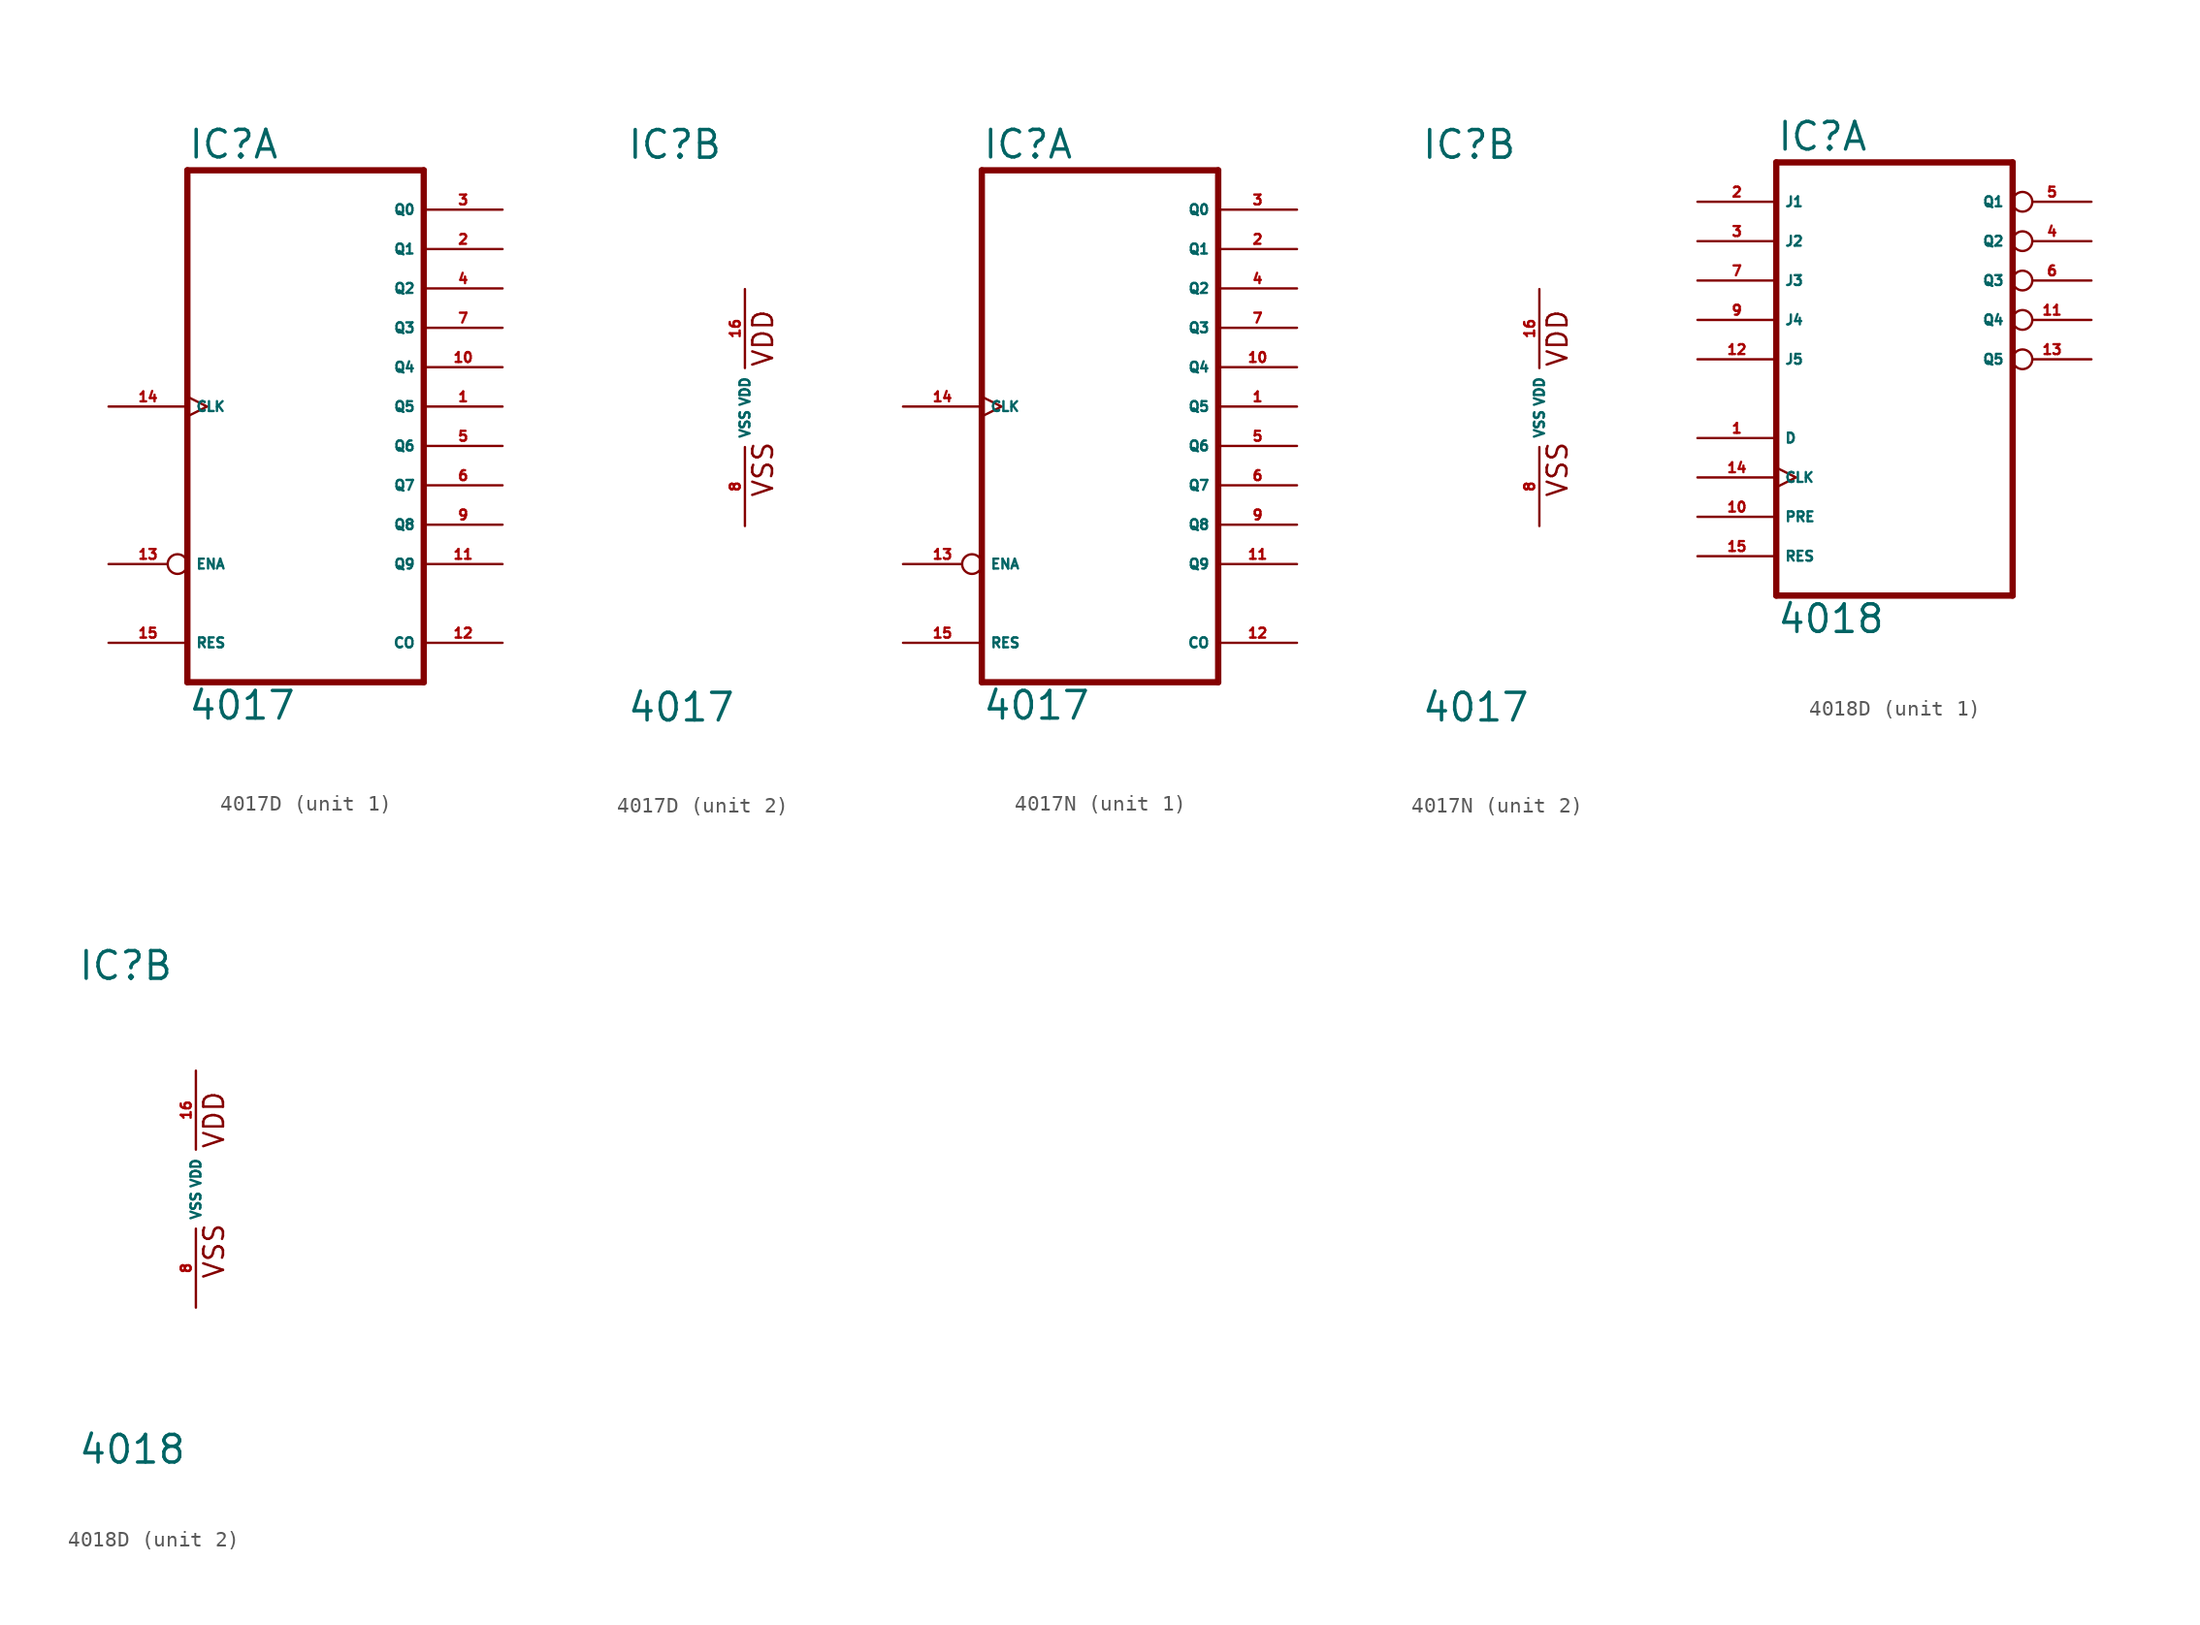
<source format=kicad_sym>
(kicad_symbol_lib
  (version 20220914)
  (generator Eagle2Kicad)
  (symbol "4017D"
    (property "Reference" "IC"
      (at -7.62 15.875 0)
      (effects (font (size 1.778 1.778) (thickness 0.22)) (justify left bottom)))
    (property "Value" "4017"
      (at -7.62 -20.32 0)
      (effects (font (size 1.778 1.778) (thickness 0.22)) (justify left bottom)))
    (symbol "4017D_1_0"
      (polyline (pts (xy -7.62 -17.78) (xy 7.62 -17.78)) (stroke (width 0.406) (type default)) (fill (type none)))
      (polyline (pts (xy 7.62 -17.78) (xy 7.62 15.24)) (stroke (width 0.406) (type default)) (fill (type none)))
      (polyline (pts (xy 7.62 15.24) (xy -7.62 15.24)) (stroke (width 0.406) (type default)) (fill (type none)))
      (polyline (pts (xy -7.62 15.24) (xy -7.62 -17.78)) (stroke (width 0.406) (type default)) (fill (type none)))
      (pin output line (at 12.7 0 180) (length 5.08) (name "Q5" (effects (font (size 0.635 0.635) (thickness 0.08)) (justify left bottom))) (number "1" (effects (font (size 0.635 0.635) (thickness 0.08)) (justify left bottom))))
      (pin output line (at 12.7 10.16 180) (length 5.08) (name "Q1" (effects (font (size 0.635 0.635) (thickness 0.08)) (justify left bottom))) (number "2" (effects (font (size 0.635 0.635) (thickness 0.08)) (justify left bottom))))
      (pin output line (at 12.7 12.7 180) (length 5.08) (name "Q0" (effects (font (size 0.635 0.635) (thickness 0.08)) (justify left bottom))) (number "3" (effects (font (size 0.635 0.635) (thickness 0.08)) (justify left bottom))))
      (pin output line (at 12.7 7.62 180) (length 5.08) (name "Q2" (effects (font (size 0.635 0.635) (thickness 0.08)) (justify left bottom))) (number "4" (effects (font (size 0.635 0.635) (thickness 0.08)) (justify left bottom))))
      (pin output line (at 12.7 -2.54 180) (length 5.08) (name "Q6" (effects (font (size 0.635 0.635) (thickness 0.08)) (justify left bottom))) (number "5" (effects (font (size 0.635 0.635) (thickness 0.08)) (justify left bottom))))
      (pin output line (at 12.7 -5.08 180) (length 5.08) (name "Q7" (effects (font (size 0.635 0.635) (thickness 0.08)) (justify left bottom))) (number "6" (effects (font (size 0.635 0.635) (thickness 0.08)) (justify left bottom))))
      (pin output line (at 12.7 5.08 180) (length 5.08) (name "Q3" (effects (font (size 0.635 0.635) (thickness 0.08)) (justify left bottom))) (number "7" (effects (font (size 0.635 0.635) (thickness 0.08)) (justify left bottom))))
      (pin output line (at 12.7 -7.62 180) (length 5.08) (name "Q8" (effects (font (size 0.635 0.635) (thickness 0.08)) (justify left bottom))) (number "9" (effects (font (size 0.635 0.635) (thickness 0.08)) (justify left bottom))))
      (pin output line (at 12.7 2.54 180) (length 5.08) (name "Q4" (effects (font (size 0.635 0.635) (thickness 0.08)) (justify left bottom))) (number "10" (effects (font (size 0.635 0.635) (thickness 0.08)) (justify left bottom))))
      (pin output line (at 12.7 -10.16 180) (length 5.08) (name "Q9" (effects (font (size 0.635 0.635) (thickness 0.08)) (justify left bottom))) (number "11" (effects (font (size 0.635 0.635) (thickness 0.08)) (justify left bottom))))
      (pin output line (at 12.7 -15.24 180) (length 5.08) (name "CO" (effects (font (size 0.635 0.635) (thickness 0.08)) (justify left bottom))) (number "12" (effects (font (size 0.635 0.635) (thickness 0.08)) (justify left bottom))))
      (pin input inverted (at -12.7 -10.16 0) (length 5.08) (name "ENA" (effects (font (size 0.635 0.635) (thickness 0.08)) (justify left bottom))) (number "13" (effects (font (size 0.635 0.635) (thickness 0.08)) (justify left bottom))))
      (pin input clock (at -12.7 0 0) (length 5.08) (name "CLK" (effects (font (size 0.635 0.635) (thickness 0.08)) (justify left bottom))) (number "14" (effects (font (size 0.635 0.635) (thickness 0.08)) (justify left bottom))))
      (pin input line (at -12.7 -15.24 0) (length 5.08) (name "RES" (effects (font (size 0.635 0.635) (thickness 0.08)) (justify left bottom))) (number "15" (effects (font (size 0.635 0.635) (thickness 0.08)) (justify left bottom)))))
    (symbol "4017D_2_0"
      (text "VDD" (at 1.905 2.54 900) (effects (font (size 1.27 1.27) (thickness 0.16)) (justify left bottom)))
      (text "VSS" (at 1.905 -5.842 900) (effects (font (size 1.27 1.27) (thickness 0.16)) (justify left bottom)))
      (pin unspecified line (at 0 -7.62 90) (length 5.08) (name "VSS" (effects (font (size 0.635 0.635) (thickness 0.08)) (justify left bottom))) (number "8" (effects (font (size 0.635 0.635) (thickness 0.08)) (justify left bottom))))
      (pin unspecified line (at 0 7.62 270) (length 5.08) (name "VDD" (effects (font (size 0.635 0.635) (thickness 0.08)) (justify left bottom))) (number "16" (effects (font (size 0.635 0.635) (thickness 0.08)) (justify left bottom))))))
  (symbol "4017N"
    (property "Reference" "IC"
      (at -7.62 15.875 0)
      (effects (font (size 1.778 1.778) (thickness 0.22)) (justify left bottom)))
    (property "Value" "4017"
      (at -7.62 -20.32 0)
      (effects (font (size 1.778 1.778) (thickness 0.22)) (justify left bottom)))
    (symbol "4017N_1_0"
      (polyline (pts (xy -7.62 -17.78) (xy 7.62 -17.78)) (stroke (width 0.406) (type default)) (fill (type none)))
      (polyline (pts (xy 7.62 -17.78) (xy 7.62 15.24)) (stroke (width 0.406) (type default)) (fill (type none)))
      (polyline (pts (xy 7.62 15.24) (xy -7.62 15.24)) (stroke (width 0.406) (type default)) (fill (type none)))
      (polyline (pts (xy -7.62 15.24) (xy -7.62 -17.78)) (stroke (width 0.406) (type default)) (fill (type none)))
      (pin output line (at 12.7 0 180) (length 5.08) (name "Q5" (effects (font (size 0.635 0.635) (thickness 0.08)) (justify left bottom))) (number "1" (effects (font (size 0.635 0.635) (thickness 0.08)) (justify left bottom))))
      (pin output line (at 12.7 10.16 180) (length 5.08) (name "Q1" (effects (font (size 0.635 0.635) (thickness 0.08)) (justify left bottom))) (number "2" (effects (font (size 0.635 0.635) (thickness 0.08)) (justify left bottom))))
      (pin output line (at 12.7 12.7 180) (length 5.08) (name "Q0" (effects (font (size 0.635 0.635) (thickness 0.08)) (justify left bottom))) (number "3" (effects (font (size 0.635 0.635) (thickness 0.08)) (justify left bottom))))
      (pin output line (at 12.7 7.62 180) (length 5.08) (name "Q2" (effects (font (size 0.635 0.635) (thickness 0.08)) (justify left bottom))) (number "4" (effects (font (size 0.635 0.635) (thickness 0.08)) (justify left bottom))))
      (pin output line (at 12.7 -2.54 180) (length 5.08) (name "Q6" (effects (font (size 0.635 0.635) (thickness 0.08)) (justify left bottom))) (number "5" (effects (font (size 0.635 0.635) (thickness 0.08)) (justify left bottom))))
      (pin output line (at 12.7 -5.08 180) (length 5.08) (name "Q7" (effects (font (size 0.635 0.635) (thickness 0.08)) (justify left bottom))) (number "6" (effects (font (size 0.635 0.635) (thickness 0.08)) (justify left bottom))))
      (pin output line (at 12.7 5.08 180) (length 5.08) (name "Q3" (effects (font (size 0.635 0.635) (thickness 0.08)) (justify left bottom))) (number "7" (effects (font (size 0.635 0.635) (thickness 0.08)) (justify left bottom))))
      (pin output line (at 12.7 -7.62 180) (length 5.08) (name "Q8" (effects (font (size 0.635 0.635) (thickness 0.08)) (justify left bottom))) (number "9" (effects (font (size 0.635 0.635) (thickness 0.08)) (justify left bottom))))
      (pin output line (at 12.7 2.54 180) (length 5.08) (name "Q4" (effects (font (size 0.635 0.635) (thickness 0.08)) (justify left bottom))) (number "10" (effects (font (size 0.635 0.635) (thickness 0.08)) (justify left bottom))))
      (pin output line (at 12.7 -10.16 180) (length 5.08) (name "Q9" (effects (font (size 0.635 0.635) (thickness 0.08)) (justify left bottom))) (number "11" (effects (font (size 0.635 0.635) (thickness 0.08)) (justify left bottom))))
      (pin output line (at 12.7 -15.24 180) (length 5.08) (name "CO" (effects (font (size 0.635 0.635) (thickness 0.08)) (justify left bottom))) (number "12" (effects (font (size 0.635 0.635) (thickness 0.08)) (justify left bottom))))
      (pin input inverted (at -12.7 -10.16 0) (length 5.08) (name "ENA" (effects (font (size 0.635 0.635) (thickness 0.08)) (justify left bottom))) (number "13" (effects (font (size 0.635 0.635) (thickness 0.08)) (justify left bottom))))
      (pin input clock (at -12.7 0 0) (length 5.08) (name "CLK" (effects (font (size 0.635 0.635) (thickness 0.08)) (justify left bottom))) (number "14" (effects (font (size 0.635 0.635) (thickness 0.08)) (justify left bottom))))
      (pin input line (at -12.7 -15.24 0) (length 5.08) (name "RES" (effects (font (size 0.635 0.635) (thickness 0.08)) (justify left bottom))) (number "15" (effects (font (size 0.635 0.635) (thickness 0.08)) (justify left bottom)))))
    (symbol "4017N_2_0"
      (text "VDD" (at 1.905 2.54 900) (effects (font (size 1.27 1.27) (thickness 0.16)) (justify left bottom)))
      (text "VSS" (at 1.905 -5.842 900) (effects (font (size 1.27 1.27) (thickness 0.16)) (justify left bottom)))
      (pin unspecified line (at 0 -7.62 90) (length 5.08) (name "VSS" (effects (font (size 0.635 0.635) (thickness 0.08)) (justify left bottom))) (number "8" (effects (font (size 0.635 0.635) (thickness 0.08)) (justify left bottom))))
      (pin unspecified line (at 0 7.62 270) (length 5.08) (name "VDD" (effects (font (size 0.635 0.635) (thickness 0.08)) (justify left bottom))) (number "16" (effects (font (size 0.635 0.635) (thickness 0.08)) (justify left bottom))))))
  (symbol "4018D"
    (property "Reference" "IC"
      (at -7.62 13.335 0)
      (effects (font (size 1.778 1.778) (thickness 0.22)) (justify left bottom)))
    (property "Value" "4018"
      (at -7.62 -17.78 0)
      (effects (font (size 1.778 1.778) (thickness 0.22)) (justify left bottom)))
    (symbol "4018D_1_0"
      (polyline (pts (xy -7.62 -15.24) (xy 7.62 -15.24)) (stroke (width 0.406) (type default)) (fill (type none)))
      (polyline (pts (xy 7.62 -15.24) (xy 7.62 12.7)) (stroke (width 0.406) (type default)) (fill (type none)))
      (polyline (pts (xy 7.62 12.7) (xy -7.62 12.7)) (stroke (width 0.406) (type default)) (fill (type none)))
      (polyline (pts (xy -7.62 12.7) (xy -7.62 -15.24)) (stroke (width 0.406) (type default)) (fill (type none)))
      (pin input line (at -12.7 -5.08 0) (length 5.08) (name "D" (effects (font (size 0.635 0.635) (thickness 0.08)) (justify left bottom))) (number "1" (effects (font (size 0.635 0.635) (thickness 0.08)) (justify left bottom))))
      (pin input line (at -12.7 10.16 0) (length 5.08) (name "J1" (effects (font (size 0.635 0.635) (thickness 0.08)) (justify left bottom))) (number "2" (effects (font (size 0.635 0.635) (thickness 0.08)) (justify left bottom))))
      (pin input line (at -12.7 7.62 0) (length 5.08) (name "J2" (effects (font (size 0.635 0.635) (thickness 0.08)) (justify left bottom))) (number "3" (effects (font (size 0.635 0.635) (thickness 0.08)) (justify left bottom))))
      (pin output inverted (at 12.7 7.62 180) (length 5.08) (name "Q2" (effects (font (size 0.635 0.635) (thickness 0.08)) (justify left bottom))) (number "4" (effects (font (size 0.635 0.635) (thickness 0.08)) (justify left bottom))))
      (pin output inverted (at 12.7 10.16 180) (length 5.08) (name "Q1" (effects (font (size 0.635 0.635) (thickness 0.08)) (justify left bottom))) (number "5" (effects (font (size 0.635 0.635) (thickness 0.08)) (justify left bottom))))
      (pin output inverted (at 12.7 5.08 180) (length 5.08) (name "Q3" (effects (font (size 0.635 0.635) (thickness 0.08)) (justify left bottom))) (number "6" (effects (font (size 0.635 0.635) (thickness 0.08)) (justify left bottom))))
      (pin input line (at -12.7 5.08 0) (length 5.08) (name "J3" (effects (font (size 0.635 0.635) (thickness 0.08)) (justify left bottom))) (number "7" (effects (font (size 0.635 0.635) (thickness 0.08)) (justify left bottom))))
      (pin input line (at -12.7 2.54 0) (length 5.08) (name "J4" (effects (font (size 0.635 0.635) (thickness 0.08)) (justify left bottom))) (number "9" (effects (font (size 0.635 0.635) (thickness 0.08)) (justify left bottom))))
      (pin input line (at -12.7 -10.16 0) (length 5.08) (name "PRE" (effects (font (size 0.635 0.635) (thickness 0.08)) (justify left bottom))) (number "10" (effects (font (size 0.635 0.635) (thickness 0.08)) (justify left bottom))))
      (pin output inverted (at 12.7 2.54 180) (length 5.08) (name "Q4" (effects (font (size 0.635 0.635) (thickness 0.08)) (justify left bottom))) (number "11" (effects (font (size 0.635 0.635) (thickness 0.08)) (justify left bottom))))
      (pin input line (at -12.7 0 0) (length 5.08) (name "J5" (effects (font (size 0.635 0.635) (thickness 0.08)) (justify left bottom))) (number "12" (effects (font (size 0.635 0.635) (thickness 0.08)) (justify left bottom))))
      (pin output inverted (at 12.7 0 180) (length 5.08) (name "Q5" (effects (font (size 0.635 0.635) (thickness 0.08)) (justify left bottom))) (number "13" (effects (font (size 0.635 0.635) (thickness 0.08)) (justify left bottom))))
      (pin input clock (at -12.7 -7.62 0) (length 5.08) (name "CLK" (effects (font (size 0.635 0.635) (thickness 0.08)) (justify left bottom))) (number "14" (effects (font (size 0.635 0.635) (thickness 0.08)) (justify left bottom))))
      (pin input line (at -12.7 -12.7 0) (length 5.08) (name "RES" (effects (font (size 0.635 0.635) (thickness 0.08)) (justify left bottom))) (number "15" (effects (font (size 0.635 0.635) (thickness 0.08)) (justify left bottom)))))
    (symbol "4018D_2_0"
      (text "VDD" (at 1.905 2.54 900) (effects (font (size 1.27 1.27) (thickness 0.16)) (justify left bottom)))
      (text "VSS" (at 1.905 -5.842 900) (effects (font (size 1.27 1.27) (thickness 0.16)) (justify left bottom)))
      (pin unspecified line (at 0 -7.62 90) (length 5.08) (name "VSS" (effects (font (size 0.635 0.635) (thickness 0.08)) (justify left bottom))) (number "8" (effects (font (size 0.635 0.635) (thickness 0.08)) (justify left bottom))))
      (pin unspecified line (at 0 7.62 270) (length 5.08) (name "VDD" (effects (font (size 0.635 0.635) (thickness 0.08)) (justify left bottom))) (number "16" (effects (font (size 0.635 0.635) (thickness 0.08)) (justify left bottom)))))))
</source>
